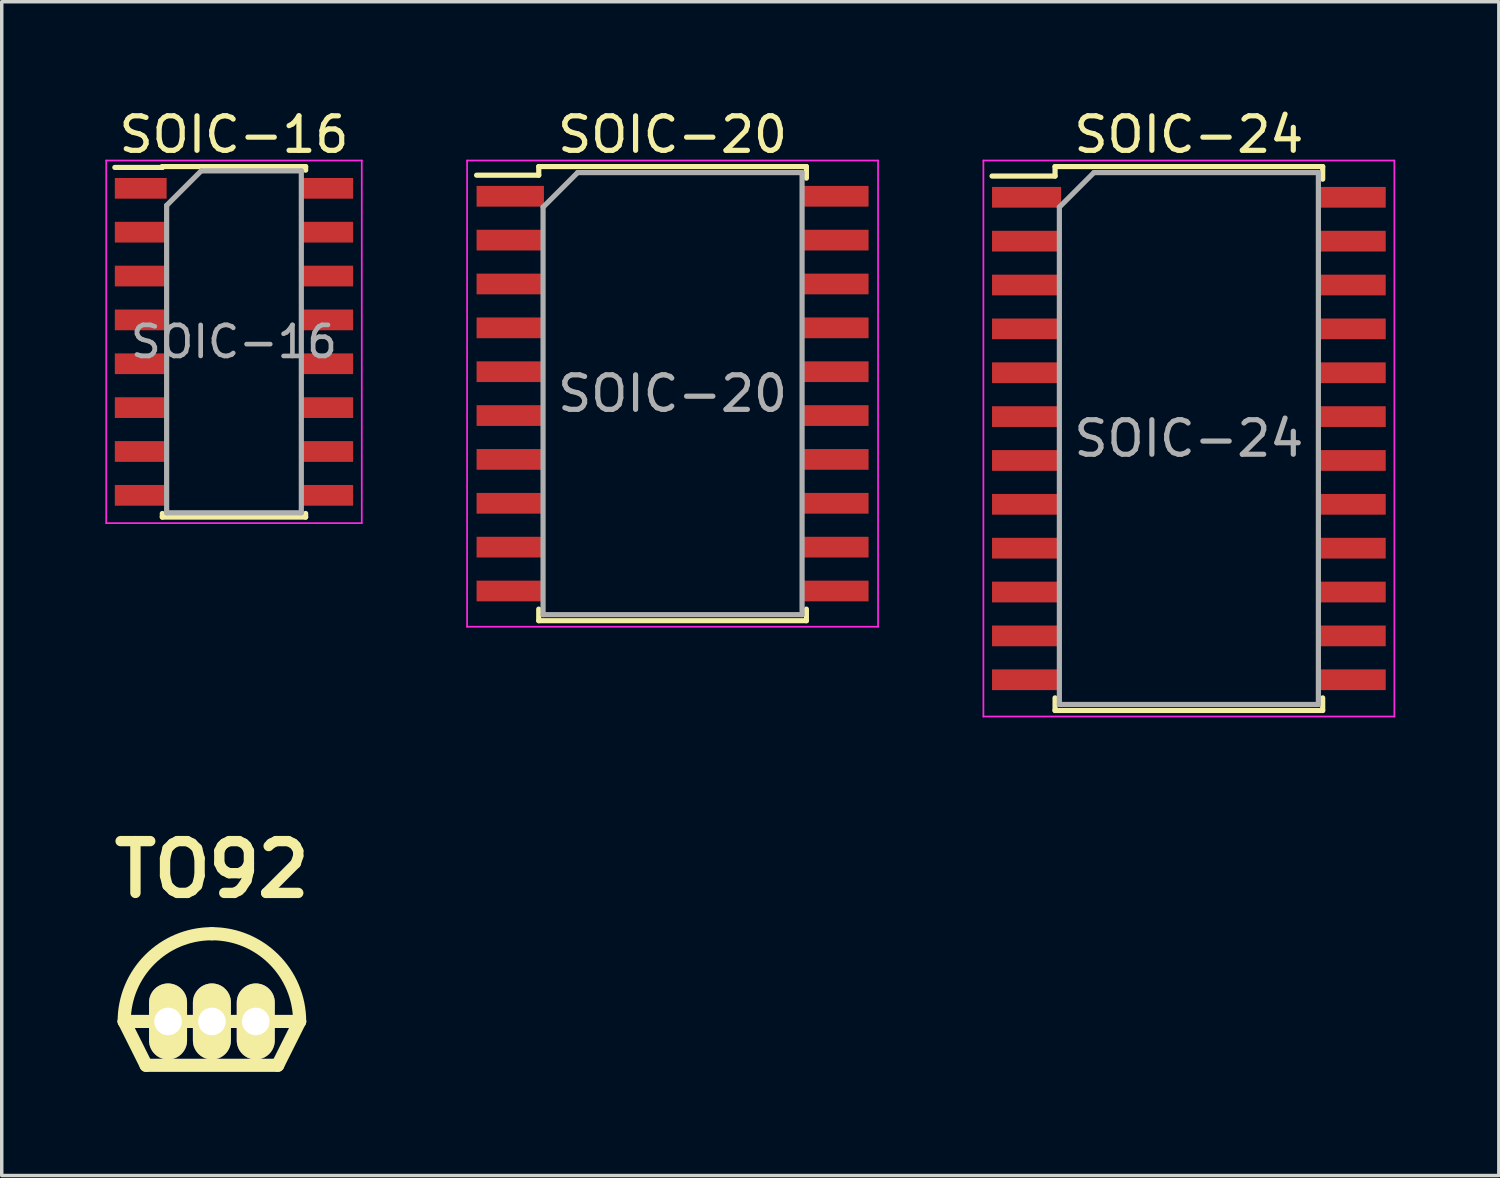
<source format=kicad_pcb>
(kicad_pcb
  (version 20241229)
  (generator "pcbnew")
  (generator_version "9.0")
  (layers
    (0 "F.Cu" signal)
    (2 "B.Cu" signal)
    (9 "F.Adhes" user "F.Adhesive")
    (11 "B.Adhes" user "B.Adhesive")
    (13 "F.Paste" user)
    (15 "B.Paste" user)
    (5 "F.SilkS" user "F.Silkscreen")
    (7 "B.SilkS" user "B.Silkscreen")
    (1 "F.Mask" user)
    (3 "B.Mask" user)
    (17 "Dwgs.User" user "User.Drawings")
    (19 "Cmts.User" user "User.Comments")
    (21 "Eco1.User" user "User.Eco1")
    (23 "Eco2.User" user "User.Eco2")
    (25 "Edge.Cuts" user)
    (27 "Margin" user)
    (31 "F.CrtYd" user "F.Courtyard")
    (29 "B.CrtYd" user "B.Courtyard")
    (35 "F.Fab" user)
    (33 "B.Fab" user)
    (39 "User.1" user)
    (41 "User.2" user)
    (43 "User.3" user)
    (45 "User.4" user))
  (footprint "SOIC-16"
    (layer "F.Cu")
    (at 3.725 6.848)
    (property "Reference" "SOIC-16" (at 0 -6 0) (layer "F.SilkS") (effects (font (size 1 1) (thickness 0.15))))
    (attr smd)
    (fp_line (start -2.075 -5.075) (end -2.075 -5.05) (stroke (width 0.15) (type solid)) (layer "F.SilkS"))
    (fp_line (start -2.075 -5.075) (end 2.075 -5.075) (stroke (width 0.15) (type solid)) (layer "F.SilkS"))
    (fp_line (start -2.075 -5.05) (end -3.45 -5.05) (stroke (width 0.15) (type solid)) (layer "F.SilkS"))
    (fp_line (start -2.075 5.075) (end -2.075 4.97) (stroke (width 0.15) (type solid)) (layer "F.SilkS"))
    (fp_line (start -2.075 5.075) (end 2.075 5.075) (stroke (width 0.15) (type solid)) (layer "F.SilkS"))
    (fp_line (start 2.075 -5.075) (end 2.075 -4.97) (stroke (width 0.15) (type solid)) (layer "F.SilkS"))
    (fp_line (start 2.075 5.075) (end 2.075 4.97) (stroke (width 0.15) (type solid)) (layer "F.SilkS"))
    (fp_line (start -3.7 -5.25) (end -3.7 5.25) (stroke (width 0.05) (type solid)) (layer "F.CrtYd"))
    (fp_line (start -3.7 -5.25) (end 3.7 -5.25) (stroke (width 0.05) (type solid)) (layer "F.CrtYd"))
    (fp_line (start -3.7 5.25) (end 3.7 5.25) (stroke (width 0.05) (type solid)) (layer "F.CrtYd"))
    (fp_line (start 3.7 -5.25) (end 3.7 5.25) (stroke (width 0.05) (type solid)) (layer "F.CrtYd"))
    (fp_line (start -1.95 -3.95) (end -0.95 -4.95) (stroke (width 0.15) (type solid)) (layer "F.Fab"))
    (fp_line (start -1.95 4.95) (end -1.95 -3.95) (stroke (width 0.15) (type solid)) (layer "F.Fab"))
    (fp_line (start -0.95 -4.95) (end 1.95 -4.95) (stroke (width 0.15) (type solid)) (layer "F.Fab"))
    (fp_line (start 1.95 -4.95) (end 1.95 4.95) (stroke (width 0.15) (type solid)) (layer "F.Fab"))
    (fp_line (start 1.95 4.95) (end -1.95 4.95) (stroke (width 0.15) (type solid)) (layer "F.Fab"))
    (fp_text user "${REFERENCE}" (at 0 0 0) (layer "F.Fab") (effects (font (size 0.9 0.9) (thickness 0.135))))
    (pad "1" smd rect (at -2.7 -4.445) (size 1.5 0.6) (layers "F.Cu" "F.Mask" "F.Paste"))
    (pad "2" smd rect (at -2.7 -3.175) (size 1.5 0.6) (layers "F.Cu" "F.Mask" "F.Paste"))
    (pad "3" smd rect (at -2.7 -1.905) (size 1.5 0.6) (layers "F.Cu" "F.Mask" "F.Paste"))
    (pad "4" smd rect (at -2.7 -0.635) (size 1.5 0.6) (layers "F.Cu" "F.Mask" "F.Paste"))
    (pad "5" smd rect (at -2.7 0.635) (size 1.5 0.6) (layers "F.Cu" "F.Mask" "F.Paste"))
    (pad "6" smd rect (at -2.7 1.905) (size 1.5 0.6) (layers "F.Cu" "F.Mask" "F.Paste"))
    (pad "7" smd rect (at -2.7 3.175) (size 1.5 0.6) (layers "F.Cu" "F.Mask" "F.Paste"))
    (pad "8" smd rect (at -2.7 4.445) (size 1.5 0.6) (layers "F.Cu" "F.Mask" "F.Paste"))
    (pad "9" smd rect (at 2.7 4.445) (size 1.5 0.6) (layers "F.Cu" "F.Mask" "F.Paste"))
    (pad "10" smd rect (at 2.7 3.175) (size 1.5 0.6) (layers "F.Cu" "F.Mask" "F.Paste"))
    (pad "11" smd rect (at 2.7 1.905) (size 1.5 0.6) (layers "F.Cu" "F.Mask" "F.Paste"))
    (pad "12" smd rect (at 2.7 0.635) (size 1.5 0.6) (layers "F.Cu" "F.Mask" "F.Paste"))
    (pad "13" smd rect (at 2.7 -0.635) (size 1.5 0.6) (layers "F.Cu" "F.Mask" "F.Paste"))
    (pad "14" smd rect (at 2.7 -1.905) (size 1.5 0.6) (layers "F.Cu" "F.Mask" "F.Paste"))
    (pad "15" smd rect (at 2.7 -3.175) (size 1.5 0.6) (layers "F.Cu" "F.Mask" "F.Paste"))
    (pad "16" smd rect (at 2.7 -4.445) (size 1.5 0.6) (layers "F.Cu" "F.Mask" "F.Paste")))
  (footprint "TO92"
    (layer "F.Cu")
    (at 3.086 26.527)
    (property "Reference" "TO92" (at 0 -4.4 0) (layer "F.SilkS") (effects (font (size 1.5 1.5) (thickness 0.3))))
    (attr through_hole)
    (fp_line (start -1.905 1.27) (end -2.54 0) (stroke (width 0.381) (type solid)) (layer "F.SilkS"))
    (fp_line (start 1.905 1.27) (end -1.905 1.27) (stroke (width 0.381) (type solid)) (layer "F.SilkS"))
    (fp_line (start 2.54 0) (end -2.54 0) (stroke (width 0.381) (type solid)) (layer "F.SilkS"))
    (fp_line (start 2.54 0) (end 1.905 1.27) (stroke (width 0.381) (type solid)) (layer "F.SilkS"))
    (fp_arc (start -2.54 0) (mid -1.796051 -1.796051) (end 0 -2.54) (stroke (width 0.381) (type solid)) (layer "F.SilkS"))
    (fp_arc (start 0 -2.54) (mid 1.796051 -1.796051) (end 2.54 0) (stroke (width 0.381) (type solid)) (layer "F.SilkS"))
    (pad "1" thru_hole oval (at 1.27 0) (size 1.1 2.2) (drill 0.8) (layers "*.Cu" "*.Mask" "F.SilkS"))
    (pad "2" thru_hole oval (at 0 0) (size 1.1 2.2) (drill 0.8) (layers "*.Cu" "*.Mask" "F.SilkS"))
    (pad "3" thru_hole oval (at -1.27 0) (size 1.1 2.2) (drill 0.8) (layers "*.Cu" "*.Mask" "F.SilkS")))
  (footprint "SOIC-24"
    (layer "F.Cu")
    (at 31.375 9.648)
    (property "Reference" "SOIC-24" (at 0 -8.8 0) (layer "F.SilkS") (effects (font (size 1 1) (thickness 0.15))))
    (attr smd)
    (fp_line (start -3.875 -7.875) (end -3.875 -7.6) (stroke (width 0.15) (type solid)) (layer "F.SilkS"))
    (fp_line (start -3.875 -7.875) (end 3.875 -7.875) (stroke (width 0.15) (type solid)) (layer "F.SilkS"))
    (fp_line (start -3.875 -7.6) (end -5.7 -7.6) (stroke (width 0.15) (type solid)) (layer "F.SilkS"))
    (fp_line (start -3.875 7.875) (end -3.875 7.51) (stroke (width 0.15) (type solid)) (layer "F.SilkS"))
    (fp_line (start -3.875 7.875) (end 3.875 7.875) (stroke (width 0.15) (type solid)) (layer "F.SilkS"))
    (fp_line (start 3.875 -7.875) (end 3.875 -7.51) (stroke (width 0.15) (type solid)) (layer "F.SilkS"))
    (fp_line (start 3.875 7.875) (end 3.875 7.51) (stroke (width 0.15) (type solid)) (layer "F.SilkS"))
    (fp_line (start -5.95 -8.05) (end -5.95 8.05) (stroke (width 0.05) (type solid)) (layer "F.CrtYd"))
    (fp_line (start -5.95 -8.05) (end 5.95 -8.05) (stroke (width 0.05) (type solid)) (layer "F.CrtYd"))
    (fp_line (start -5.95 8.05) (end 5.95 8.05) (stroke (width 0.05) (type solid)) (layer "F.CrtYd"))
    (fp_line (start 5.95 -8.05) (end 5.95 8.05) (stroke (width 0.05) (type solid)) (layer "F.CrtYd"))
    (fp_line (start -3.75 -6.7) (end -2.75 -7.7) (stroke (width 0.15) (type solid)) (layer "F.Fab"))
    (fp_line (start -3.75 7.7) (end -3.75 -6.7) (stroke (width 0.15) (type solid)) (layer "F.Fab"))
    (fp_line (start -2.75 -7.7) (end 3.75 -7.7) (stroke (width 0.15) (type solid)) (layer "F.Fab"))
    (fp_line (start 3.75 -7.7) (end 3.75 7.7) (stroke (width 0.15) (type solid)) (layer "F.Fab"))
    (fp_line (start 3.75 7.7) (end -3.75 7.7) (stroke (width 0.15) (type solid)) (layer "F.Fab"))
    (fp_text user "${REFERENCE}" (at 0 0 0) (layer "F.Fab") (effects (font (size 1 1) (thickness 0.15))))
    (pad "1" smd rect (at -4.7 -6.985) (size 2 0.6) (layers "F.Cu" "F.Mask" "F.Paste"))
    (pad "2" smd rect (at -4.7 -5.715) (size 2 0.6) (layers "F.Cu" "F.Mask" "F.Paste"))
    (pad "3" smd rect (at -4.7 -4.445) (size 2 0.6) (layers "F.Cu" "F.Mask" "F.Paste"))
    (pad "4" smd rect (at -4.7 -3.175) (size 2 0.6) (layers "F.Cu" "F.Mask" "F.Paste"))
    (pad "5" smd rect (at -4.7 -1.905) (size 2 0.6) (layers "F.Cu" "F.Mask" "F.Paste"))
    (pad "6" smd rect (at -4.7 -0.635) (size 2 0.6) (layers "F.Cu" "F.Mask" "F.Paste"))
    (pad "7" smd rect (at -4.7 0.635) (size 2 0.6) (layers "F.Cu" "F.Mask" "F.Paste"))
    (pad "8" smd rect (at -4.7 1.905) (size 2 0.6) (layers "F.Cu" "F.Mask" "F.Paste"))
    (pad "9" smd rect (at -4.7 3.175) (size 2 0.6) (layers "F.Cu" "F.Mask" "F.Paste"))
    (pad "10" smd rect (at -4.7 4.445) (size 2 0.6) (layers "F.Cu" "F.Mask" "F.Paste"))
    (pad "11" smd rect (at -4.7 5.715) (size 2 0.6) (layers "F.Cu" "F.Mask" "F.Paste"))
    (pad "12" smd rect (at -4.7 6.985) (size 2 0.6) (layers "F.Cu" "F.Mask" "F.Paste"))
    (pad "13" smd rect (at 4.7 6.985) (size 2 0.6) (layers "F.Cu" "F.Mask" "F.Paste"))
    (pad "14" smd rect (at 4.7 5.715) (size 2 0.6) (layers "F.Cu" "F.Mask" "F.Paste"))
    (pad "15" smd rect (at 4.7 4.445) (size 2 0.6) (layers "F.Cu" "F.Mask" "F.Paste"))
    (pad "16" smd rect (at 4.7 3.175) (size 2 0.6) (layers "F.Cu" "F.Mask" "F.Paste"))
    (pad "17" smd rect (at 4.7 1.905) (size 2 0.6) (layers "F.Cu" "F.Mask" "F.Paste"))
    (pad "18" smd rect (at 4.7 0.635) (size 2 0.6) (layers "F.Cu" "F.Mask" "F.Paste"))
    (pad "19" smd rect (at 4.7 -0.635) (size 2 0.6) (layers "F.Cu" "F.Mask" "F.Paste"))
    (pad "20" smd rect (at 4.7 -1.905) (size 2 0.6) (layers "F.Cu" "F.Mask" "F.Paste"))
    (pad "21" smd rect (at 4.7 -3.175) (size 2 0.6) (layers "F.Cu" "F.Mask" "F.Paste"))
    (pad "22" smd rect (at 4.7 -4.445) (size 2 0.6) (layers "F.Cu" "F.Mask" "F.Paste"))
    (pad "23" smd rect (at 4.7 -5.715) (size 2 0.6) (layers "F.Cu" "F.Mask" "F.Paste"))
    (pad "24" smd rect (at 4.7 -6.985) (size 2 0.6) (layers "F.Cu" "F.Mask" "F.Paste")))
  (footprint "SOIC-20"
    (layer "F.Cu")
    (at 16.425 8.348)
    (property "Reference" "SOIC-20" (at 0 -7.5 0) (layer "F.SilkS") (effects (font (size 1 1) (thickness 0.15))))
    (attr smd)
    (fp_line (start -3.875 -6.575) (end -3.875 -6.325) (stroke (width 0.15) (type solid)) (layer "F.SilkS"))
    (fp_line (start -3.875 -6.575) (end 3.875 -6.575) (stroke (width 0.15) (type solid)) (layer "F.SilkS"))
    (fp_line (start -3.875 -6.325) (end -5.675 -6.325) (stroke (width 0.15) (type solid)) (layer "F.SilkS"))
    (fp_line (start -3.875 6.575) (end -3.875 6.24) (stroke (width 0.15) (type solid)) (layer "F.SilkS"))
    (fp_line (start -3.875 6.575) (end 3.875 6.575) (stroke (width 0.15) (type solid)) (layer "F.SilkS"))
    (fp_line (start 3.875 -6.575) (end 3.875 -6.24) (stroke (width 0.15) (type solid)) (layer "F.SilkS"))
    (fp_line (start 3.875 6.575) (end 3.875 6.24) (stroke (width 0.15) (type solid)) (layer "F.SilkS"))
    (fp_line (start -5.95 -6.75) (end -5.95 6.75) (stroke (width 0.05) (type solid)) (layer "F.CrtYd"))
    (fp_line (start -5.95 -6.75) (end 5.95 -6.75) (stroke (width 0.05) (type solid)) (layer "F.CrtYd"))
    (fp_line (start -5.95 6.75) (end 5.95 6.75) (stroke (width 0.05) (type solid)) (layer "F.CrtYd"))
    (fp_line (start 5.95 -6.75) (end 5.95 6.75) (stroke (width 0.05) (type solid)) (layer "F.CrtYd"))
    (fp_line (start -3.75 -5.4) (end -2.75 -6.4) (stroke (width 0.15) (type solid)) (layer "F.Fab"))
    (fp_line (start -3.75 6.4) (end -3.75 -5.4) (stroke (width 0.15) (type solid)) (layer "F.Fab"))
    (fp_line (start -2.75 -6.4) (end 3.75 -6.4) (stroke (width 0.15) (type solid)) (layer "F.Fab"))
    (fp_line (start 3.75 -6.4) (end 3.75 6.4) (stroke (width 0.15) (type solid)) (layer "F.Fab"))
    (fp_line (start 3.75 6.4) (end -3.75 6.4) (stroke (width 0.15) (type solid)) (layer "F.Fab"))
    (fp_text user "${REFERENCE}" (at 0 0 0) (layer "F.Fab") (effects (font (size 1 1) (thickness 0.15))))
    (pad "1" smd rect (at -4.7 -5.715) (size 1.95 0.6) (layers "F.Cu" "F.Mask" "F.Paste"))
    (pad "2" smd rect (at -4.7 -4.445) (size 1.95 0.6) (layers "F.Cu" "F.Mask" "F.Paste"))
    (pad "3" smd rect (at -4.7 -3.175) (size 1.95 0.6) (layers "F.Cu" "F.Mask" "F.Paste"))
    (pad "4" smd rect (at -4.7 -1.905) (size 1.95 0.6) (layers "F.Cu" "F.Mask" "F.Paste"))
    (pad "5" smd rect (at -4.7 -0.635) (size 1.95 0.6) (layers "F.Cu" "F.Mask" "F.Paste"))
    (pad "6" smd rect (at -4.7 0.635) (size 1.95 0.6) (layers "F.Cu" "F.Mask" "F.Paste"))
    (pad "7" smd rect (at -4.7 1.905) (size 1.95 0.6) (layers "F.Cu" "F.Mask" "F.Paste"))
    (pad "8" smd rect (at -4.7 3.175) (size 1.95 0.6) (layers "F.Cu" "F.Mask" "F.Paste"))
    (pad "9" smd rect (at -4.7 4.445) (size 1.95 0.6) (layers "F.Cu" "F.Mask" "F.Paste"))
    (pad "10" smd rect (at -4.7 5.715) (size 1.95 0.6) (layers "F.Cu" "F.Mask" "F.Paste"))
    (pad "11" smd rect (at 4.7 5.715) (size 1.95 0.6) (layers "F.Cu" "F.Mask" "F.Paste"))
    (pad "12" smd rect (at 4.7 4.445) (size 1.95 0.6) (layers "F.Cu" "F.Mask" "F.Paste"))
    (pad "13" smd rect (at 4.7 3.175) (size 1.95 0.6) (layers "F.Cu" "F.Mask" "F.Paste"))
    (pad "14" smd rect (at 4.7 1.905) (size 1.95 0.6) (layers "F.Cu" "F.Mask" "F.Paste"))
    (pad "15" smd rect (at 4.7 0.635) (size 1.95 0.6) (layers "F.Cu" "F.Mask" "F.Paste"))
    (pad "16" smd rect (at 4.7 -0.635) (size 1.95 0.6) (layers "F.Cu" "F.Mask" "F.Paste"))
    (pad "17" smd rect (at 4.7 -1.905) (size 1.95 0.6) (layers "F.Cu" "F.Mask" "F.Paste"))
    (pad "18" smd rect (at 4.7 -3.175) (size 1.95 0.6) (layers "F.Cu" "F.Mask" "F.Paste"))
    (pad "19" smd rect (at 4.7 -4.445) (size 1.95 0.6) (layers "F.Cu" "F.Mask" "F.Paste"))
    (pad "20" smd rect (at 4.7 -5.715) (size 1.95 0.6) (layers "F.Cu" "F.Mask" "F.Paste")))
  (gr_rect
    (start -3 -3)
    (end 40.35 30.988)
    (stroke (width 0.1) (type default))
    (fill no)
    (layer "Edge.Cuts")))
</source>
